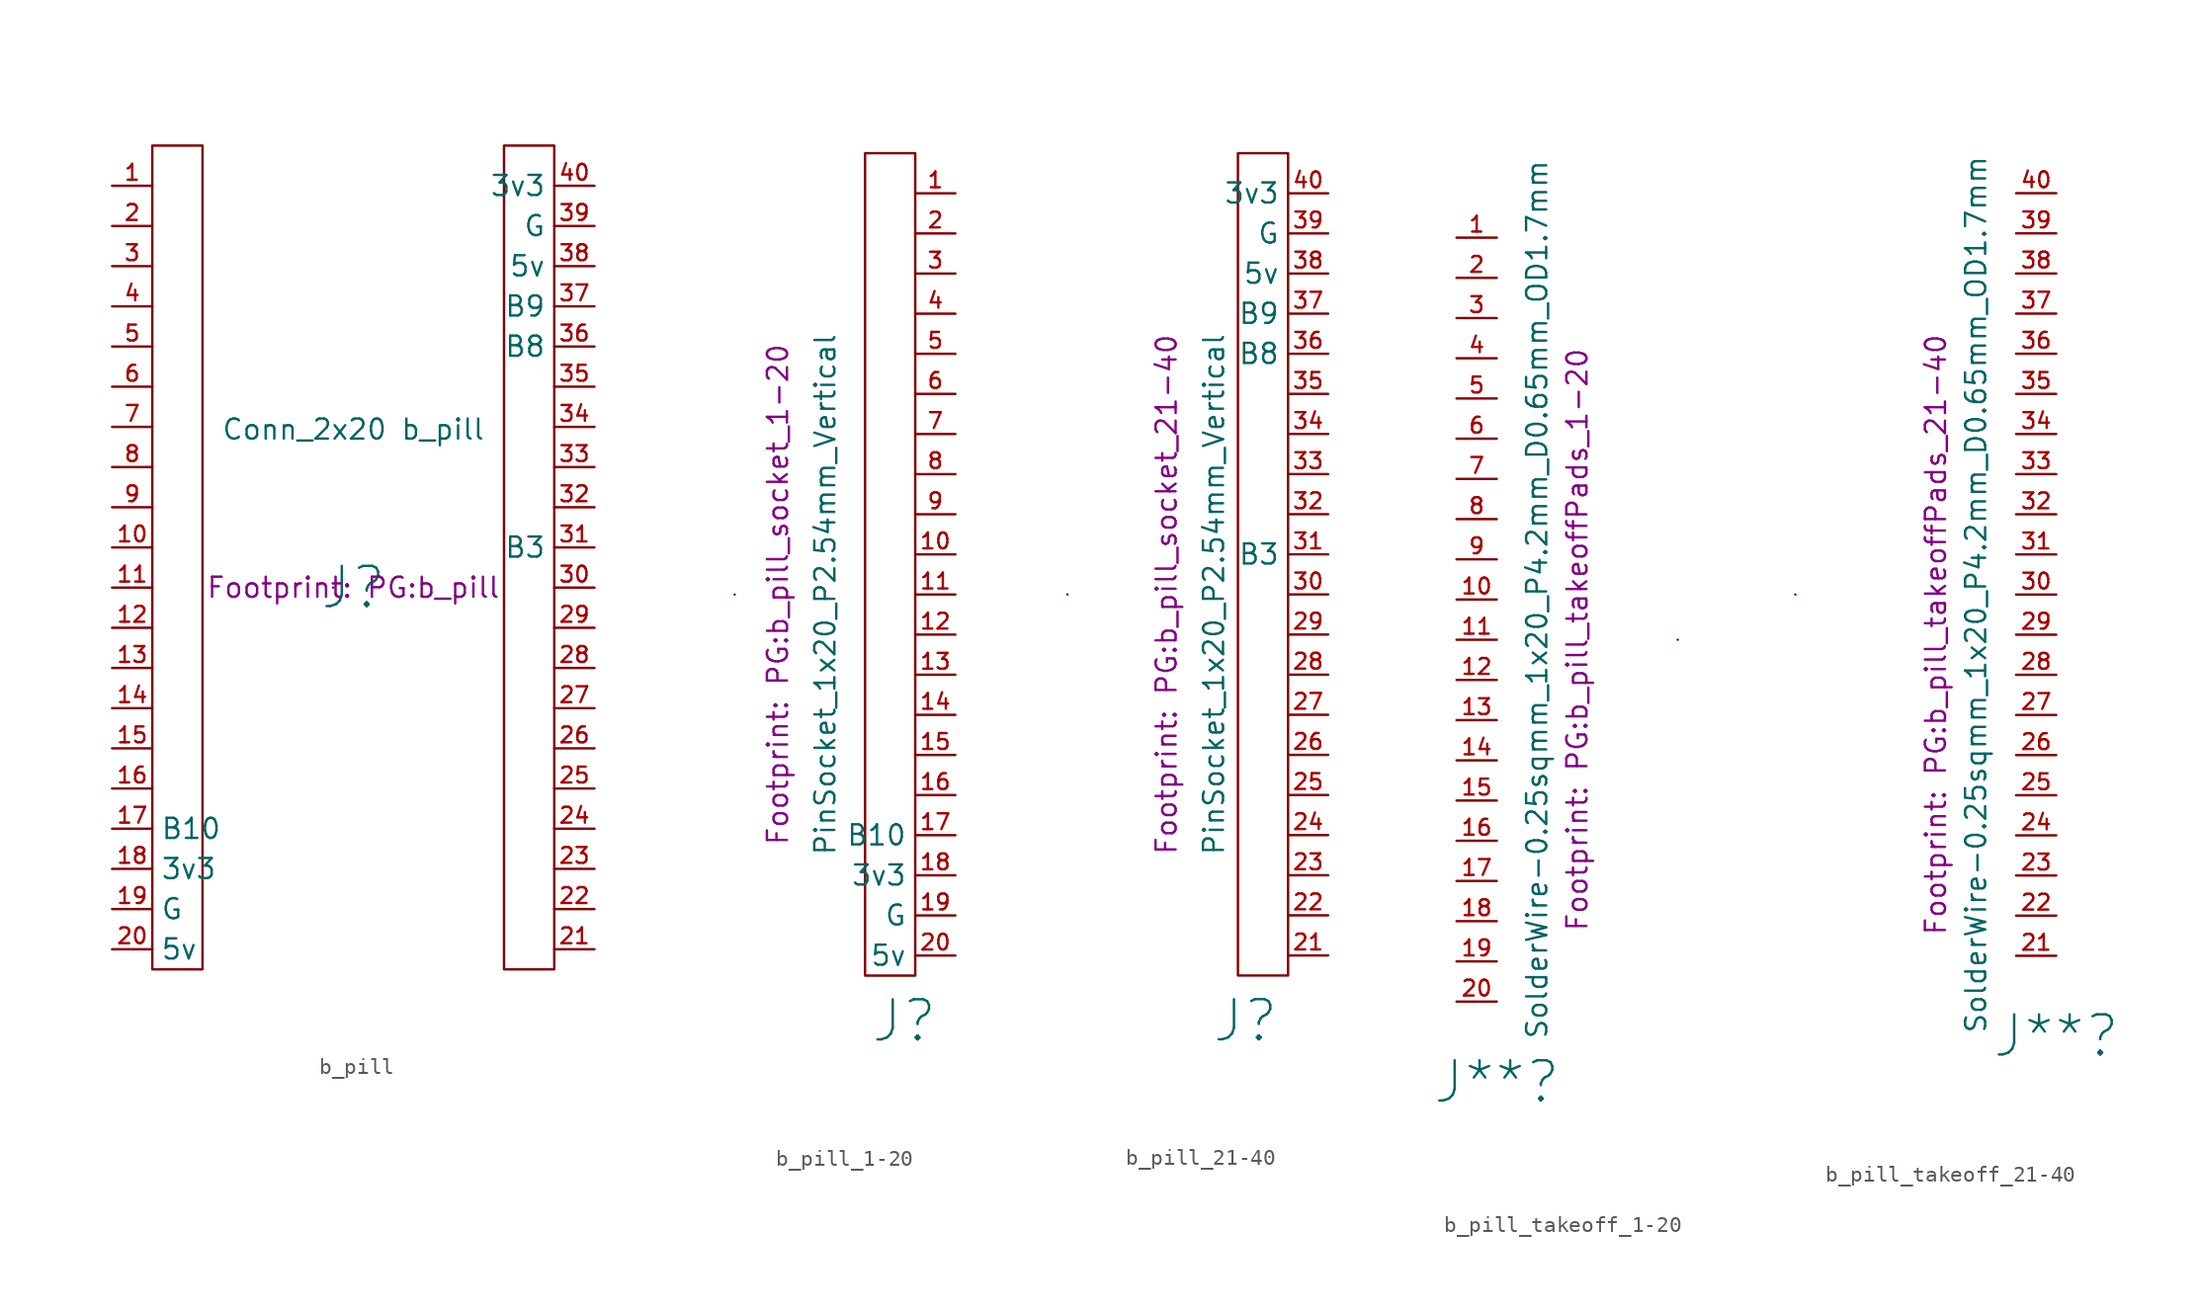
<source format=kicad_sym>
(kicad_symbol_lib
  (version 20220914)
  (generator kicad_symbol_editor)
  (symbol "b_pill"
    (property "Reference" "J"
      (at 0 0 0)
      (effects (font (size 2.54 2.54))))
    (property "Value" "Conn_2x20 b_pill"
      (at 0 10 0)
      (effects (font (size 1.27 1.27))))
    (property "Footprint" "PG:b_pill"
      (at 0 0 0)
      (show_name)
      (effects (font (size 1.27 1.27))))
    (symbol "b_pill_0_1"
      (rectangle (start -12.7 27.94) (end -9.525 -24.13) (stroke (width 0) (type default)) (fill (type none)))
      (rectangle (start -1.27 0) (end -1.27 0) (stroke (width 0) (type default)) (fill (type none)))
      (rectangle (start 9.525 27.94) (end 12.7 -24.13) (stroke (width 0) (type default)) (fill (type none))))
    (symbol "b_pill_1_1"
      (pin free line (at -15.24 25.4 0) (length 2.54) (name "" (effects (font (size 1.27 1.27)))) (number "1" (effects (font (size 1 1)))))
      (pin free line (at -15.24 2.54 0) (length 2.54) (name "" (effects (font (size 1.27 1.27)))) (number "10" (effects (font (size 1 1)))))
      (pin free line (at -15.24 0 0) (length 2.54) (name "" (effects (font (size 1.27 1.27)))) (number "11" (effects (font (size 1 1)))))
      (pin free line (at -15.24 -2.54 0) (length 2.54) (name "" (effects (font (size 1.27 1.27)))) (number "12" (effects (font (size 1 1)))))
      (pin free line (at -15.24 -5.08 0) (length 2.54) (name "" (effects (font (size 1.27 1.27)))) (number "13" (effects (font (size 1 1)))))
      (pin free line (at -15.24 -7.62 0) (length 2.54) (name "" (effects (font (size 1.27 1.27)))) (number "14" (effects (font (size 1 1)))))
      (pin free line (at -15.24 -10.16 0) (length 2.54) (name "" (effects (font (size 1.27 1.27)))) (number "15" (effects (font (size 1 1)))))
      (pin free line (at -15.24 -12.7 0) (length 2.54) (name "" (effects (font (size 1.27 1.27)))) (number "16" (effects (font (size 1 1)))))
      (pin free line (at -15.24 -15.24 0) (length 2.54) (name "B10" (effects (font (size 1.27 1.27)))) (number "17" (effects (font (size 1 1)))) (alternate "SCL" output line))
      (pin free line (at -15.24 -17.78 0) (length 2.54) (name "3v3" (effects (font (size 1.27 1.27)))) (number "18" (effects (font (size 1 1)))))
      (pin free line (at -15.24 -20.32 0) (length 2.54) (name "G" (effects (font (size 1.27 1.27)))) (number "19" (effects (font (size 1 1)))))
      (pin free line (at -15.24 22.86 0) (length 2.54) (name "" (effects (font (size 1.27 1.27)))) (number "2" (effects (font (size 1 1)))))
      (pin free line (at -15.24 -22.86 0) (length 2.54) (name "5v" (effects (font (size 1.27 1.27)))) (number "20" (effects (font (size 1 1)))))
      (pin free line (at 15.24 -22.86 180) (length 2.54) (name "" (effects (font (size 1.27 1.27)))) (number "21" (effects (font (size 1 1)))))
      (pin free line (at 15.24 -20.32 180) (length 2.54) (name "" (effects (font (size 1.27 1.27)))) (number "22" (effects (font (size 1 1)))))
      (pin free line (at 15.24 -17.78 180) (length 2.54) (name "" (effects (font (size 1.27 1.27)))) (number "23" (effects (font (size 1 1)))))
      (pin free line (at 15.24 -15.24 180) (length 2.54) (name "" (effects (font (size 1.27 1.27)))) (number "24" (effects (font (size 1 1)))))
      (pin free line (at 15.24 -12.7 180) (length 2.54) (name "" (effects (font (size 1.27 1.27)))) (number "25" (effects (font (size 1 1)))))
      (pin free line (at 15.24 -10.16 180) (length 2.54) (name "" (effects (font (size 1.27 1.27)))) (number "26" (effects (font (size 1 1)))))
      (pin free line (at 15.24 -7.62 180) (length 2.54) (name "" (effects (font (size 1.27 1.27)))) (number "27" (effects (font (size 1 1)))))
      (pin free line (at 15.24 -5.08 180) (length 2.54) (name "" (effects (font (size 1.27 1.27)))) (number "28" (effects (font (size 1 1)))))
      (pin free line (at 15.24 -2.54 180) (length 2.54) (name "" (effects (font (size 1.27 1.27)))) (number "29" (effects (font (size 1 1)))))
      (pin free line (at -15.24 20.32 0) (length 2.54) (name "" (effects (font (size 1.27 1.27)))) (number "3" (effects (font (size 1 1)))))
      (pin free line (at 15.24 0 180) (length 2.54) (name "" (effects (font (size 1.27 1.27)))) (number "30" (effects (font (size 1 1)))))
      (pin free line (at 15.24 2.54 180) (length 2.54) (name "B3" (effects (font (size 1.27 1.27)))) (number "31" (effects (font (size 1 1)))) (alternate "SDA" bidirectional line))
      (pin free line (at 15.24 5.08 180) (length 2.54) (name "" (effects (font (size 1.27 1.27)))) (number "32" (effects (font (size 1 1)))))
      (pin free line (at 15.24 7.62 180) (length 2.54) (name "" (effects (font (size 1.27 1.27)))) (number "33" (effects (font (size 1 1)))))
      (pin free line (at 15.24 10.16 180) (length 2.54) (name "" (effects (font (size 1.27 1.27)))) (number "34" (effects (font (size 1 1)))))
      (pin free line (at 15.24 12.7 180) (length 2.54) (name "" (effects (font (size 1.27 1.27)))) (number "35" (effects (font (size 1 1)))))
      (pin passive line (at 15.24 15.24 180) (length 2.54) (name "B8" (effects (font (size 1.27 1.27)))) (number "36" (effects (font (size 1 1)))) (alternate "SCL" output line))
      (pin passive line (at 15.24 17.78 180) (length 2.54) (name "B9" (effects (font (size 1.27 1.27)))) (number "37" (effects (font (size 1 1)))) (alternate "SDA" bidirectional line))
      (pin free line (at 15.24 20.32 180) (length 2.54) (name "5v" (effects (font (size 1.27 1.27)))) (number "38" (effects (font (size 1 1)))))
      (pin power_in line (at 15.24 22.86 180) (length 2.54) (name "G" (effects (font (size 1.27 1.27)))) (number "39" (effects (font (size 1 1)))))
      (pin free line (at -15.24 17.78 0) (length 2.54) (name "" (effects (font (size 1.27 1.27)))) (number "4" (effects (font (size 1 1)))))
      (pin power_in line (at 15.24 25.4 180) (length 2.54) (name "3v3" (effects (font (size 1.27 1.27)))) (number "40" (effects (font (size 1 1)))))
      (pin free line (at -15.24 15.24 0) (length 2.54) (name "" (effects (font (size 1.27 1.27)))) (number "5" (effects (font (size 1 1)))))
      (pin free line (at -15.24 12.7 0) (length 2.54) (name "" (effects (font (size 1.27 1.27)))) (number "6" (effects (font (size 1 1)))))
      (pin free line (at -15.24 10.16 0) (length 2.54) (name "" (effects (font (size 1.27 1.27)))) (number "7" (effects (font (size 1 1)))))
      (pin free line (at -15.24 7.62 0) (length 2.54) (name "" (effects (font (size 1.27 1.27)))) (number "8" (effects (font (size 1 1)))))
      (pin free line (at -15.24 5.08 0) (length 2.54) (name "" (effects (font (size 1.27 1.27)))) (number "9" (effects (font (size 1 1)))))))
  (symbol "b_pill_1-20"
    (property "Reference" "J"
      (at -3.24 -27 0)
      (effects (font (size 2.54 2.54))))
    (property "Value" "PinSocket_1x20_P2.54mm_Vertical"
      (at -8.24 0 90)
      (effects (font (size 1.27 1.27))))
    (property "Footprint" "PG:b_pill_socket_1-20"
      (at -11.24 0 90)
      (show_name)
      (effects (font (size 1.27 1.27))))
    (symbol "b_pill_1-20_0_1"
      (rectangle (start -13.97 0) (end -13.97 0) (stroke (width 0) (type default)) (fill (type none)))
      (rectangle (start -5.715 -24.13) (end -2.54 27.94) (stroke (width 0) (type default)) (fill (type none))))
    (symbol "b_pill_1-20_1_1"
      (pin free line (at 0 25.4 180) (length 2.54) (name "" (effects (font (size 1.27 1.27)))) (number "1" (effects (font (size 1 1)))))
      (pin free line (at 0 2.54 180) (length 2.54) (name "" (effects (font (size 1.27 1.27)))) (number "10" (effects (font (size 1 1)))))
      (pin free line (at 0 0 180) (length 2.54) (name "" (effects (font (size 1.27 1.27)))) (number "11" (effects (font (size 1 1)))))
      (pin free line (at 0 -2.54 180) (length 2.54) (name "" (effects (font (size 1.27 1.27)))) (number "12" (effects (font (size 1 1)))))
      (pin free line (at 0 -5.08 180) (length 2.54) (name "" (effects (font (size 1.27 1.27)))) (number "13" (effects (font (size 1 1)))))
      (pin free line (at 0 -7.62 180) (length 2.54) (name "" (effects (font (size 1.27 1.27)))) (number "14" (effects (font (size 1 1)))))
      (pin free line (at 0 -10.16 180) (length 2.54) (name "" (effects (font (size 1.27 1.27)))) (number "15" (effects (font (size 1 1)))))
      (pin free line (at 0 -12.7 180) (length 2.54) (name "" (effects (font (size 1.27 1.27)))) (number "16" (effects (font (size 1 1)))))
      (pin free line (at 0 -15.24 180) (length 2.54) (name "B10" (effects (font (size 1.27 1.27)))) (number "17" (effects (font (size 1 1)))) (alternate "SCL" output line))
      (pin free line (at 0 -17.78 180) (length 2.54) (name "3v3" (effects (font (size 1.27 1.27)))) (number "18" (effects (font (size 1 1)))))
      (pin free line (at 0 -20.32 180) (length 2.54) (name "G" (effects (font (size 1.27 1.27)))) (number "19" (effects (font (size 1 1)))))
      (pin free line (at 0 22.86 180) (length 2.54) (name "" (effects (font (size 1.27 1.27)))) (number "2" (effects (font (size 1 1)))))
      (pin free line (at 0 -22.86 180) (length 2.54) (name "5v" (effects (font (size 1.27 1.27)))) (number "20" (effects (font (size 1 1)))))
      (pin free line (at 0 20.32 180) (length 2.54) (name "" (effects (font (size 1.27 1.27)))) (number "3" (effects (font (size 1 1)))))
      (pin free line (at 0 17.78 180) (length 2.54) (name "" (effects (font (size 1.27 1.27)))) (number "4" (effects (font (size 1 1)))))
      (pin free line (at 0 15.24 180) (length 2.54) (name "" (effects (font (size 1.27 1.27)))) (number "5" (effects (font (size 1 1)))))
      (pin free line (at 0 12.7 180) (length 2.54) (name "" (effects (font (size 1.27 1.27)))) (number "6" (effects (font (size 1 1)))))
      (pin free line (at 0 10.16 180) (length 2.54) (name "" (effects (font (size 1.27 1.27)))) (number "7" (effects (font (size 1 1)))))
      (pin free line (at 0 7.62 180) (length 2.54) (name "" (effects (font (size 1.27 1.27)))) (number "8" (effects (font (size 1 1)))))
      (pin free line (at 0 5.08 180) (length 2.54) (name "" (effects (font (size 1.27 1.27)))) (number "9" (effects (font (size 1 1)))))))
  (symbol "b_pill_21-40"
    (property "Reference" "J"
      (at 10 -27 0)
      (effects (font (size 2.54 2.54))))
    (property "Value" "PinSocket_1x20_P2.54mm_Vertical"
      (at 8 0 90)
      (effects (font (size 1.27 1.27))))
    (property "Footprint" "PG:b_pill_socket_21-40"
      (at 5 0 90)
      (show_name)
      (effects (font (size 1.27 1.27))))
    (symbol "b_pill_21-40_0_1"
      (rectangle (start -1.27 0) (end -1.27 0) (stroke (width 0) (type default)) (fill (type none)))
      (rectangle (start 9.525 27.94) (end 12.7 -24.13) (stroke (width 0) (type default)) (fill (type none))))
    (symbol "b_pill_21-40_1_1"
      (pin free line (at 15.24 -22.86 180) (length 2.54) (name "" (effects (font (size 1.27 1.27)))) (number "21" (effects (font (size 1 1)))))
      (pin free line (at 15.24 -20.32 180) (length 2.54) (name "" (effects (font (size 1.27 1.27)))) (number "22" (effects (font (size 1 1)))))
      (pin free line (at 15.24 -17.78 180) (length 2.54) (name "" (effects (font (size 1.27 1.27)))) (number "23" (effects (font (size 1 1)))))
      (pin free line (at 15.24 -15.24 180) (length 2.54) (name "" (effects (font (size 1.27 1.27)))) (number "24" (effects (font (size 1 1)))))
      (pin free line (at 15.24 -12.7 180) (length 2.54) (name "" (effects (font (size 1.27 1.27)))) (number "25" (effects (font (size 1 1)))))
      (pin free line (at 15.24 -10.16 180) (length 2.54) (name "" (effects (font (size 1.27 1.27)))) (number "26" (effects (font (size 1 1)))))
      (pin free line (at 15.24 -7.62 180) (length 2.54) (name "" (effects (font (size 1.27 1.27)))) (number "27" (effects (font (size 1 1)))))
      (pin free line (at 15.24 -5.08 180) (length 2.54) (name "" (effects (font (size 1.27 1.27)))) (number "28" (effects (font (size 1 1)))))
      (pin free line (at 15.24 -2.54 180) (length 2.54) (name "" (effects (font (size 1.27 1.27)))) (number "29" (effects (font (size 1 1)))))
      (pin free line (at 15.24 0 180) (length 2.54) (name "" (effects (font (size 1.27 1.27)))) (number "30" (effects (font (size 1 1)))))
      (pin free line (at 15.24 2.54 180) (length 2.54) (name "B3" (effects (font (size 1.27 1.27)))) (number "31" (effects (font (size 1 1)))) (alternate "SDA" bidirectional line))
      (pin free line (at 15.24 5.08 180) (length 2.54) (name "" (effects (font (size 1.27 1.27)))) (number "32" (effects (font (size 1 1)))))
      (pin free line (at 15.24 7.62 180) (length 2.54) (name "" (effects (font (size 1.27 1.27)))) (number "33" (effects (font (size 1 1)))))
      (pin free line (at 15.24 10.16 180) (length 2.54) (name "" (effects (font (size 1.27 1.27)))) (number "34" (effects (font (size 1 1)))))
      (pin free line (at 15.24 12.7 180) (length 2.54) (name "" (effects (font (size 1.27 1.27)))) (number "35" (effects (font (size 1 1)))))
      (pin passive line (at 15.24 15.24 180) (length 2.54) (name "B8" (effects (font (size 1.27 1.27)))) (number "36" (effects (font (size 1 1)))) (alternate "SCL" output line))
      (pin passive line (at 15.24 17.78 180) (length 2.54) (name "B9" (effects (font (size 1.27 1.27)))) (number "37" (effects (font (size 1 1)))) (alternate "SDA" bidirectional line))
      (pin free line (at 15.24 20.32 180) (length 2.54) (name "5v" (effects (font (size 1.27 1.27)))) (number "38" (effects (font (size 1 1)))))
      (pin power_in line (at 15.24 22.86 180) (length 2.54) (name "G" (effects (font (size 1.27 1.27)))) (number "39" (effects (font (size 1 1)))))
      (pin power_in line (at 15.24 25.4 180) (length 2.54) (name "3v3" (effects (font (size 1.27 1.27)))) (number "40" (effects (font (size 1 1)))))))
  (symbol "b_pill_takeoff_1-20"
    (property "Reference" "J**"
      (at 0 -27.94 0)
      (effects (font (size 2.54 2.54))))
    (property "Value" "SolderWire-0.25sqmm_1x20_P4.2mm_D0.65mm_OD1.7mm"
      (at 2.54 2.54 90)
      (effects (font (size 1.27 1.27))))
    (property "Footprint" "PG:b_pill_takeoffPads_1-20"
      (at 5.08 0 90)
      (show_name)
      (effects (font (size 1.27 1.27))))
    (symbol "b_pill_takeoff_1-20_0_1"
      (rectangle (start 11.43 0) (end 11.43 0) (stroke (width 0) (type default)) (fill (type none))))
    (symbol "b_pill_takeoff_1-20_1_1"
      (pin free line (at -2.54 25.4 0) (length 2.54) (name "" (effects (font (size 1.27 1.27)))) (number "1" (effects (font (size 1 1)))))
      (pin free line (at -2.54 2.54 0) (length 2.54) (name "" (effects (font (size 1.27 1.27)))) (number "10" (effects (font (size 1 1)))))
      (pin free line (at -2.54 0 0) (length 2.54) (name "" (effects (font (size 1.27 1.27)))) (number "11" (effects (font (size 1 1)))))
      (pin free line (at -2.54 -2.54 0) (length 2.54) (name "" (effects (font (size 1.27 1.27)))) (number "12" (effects (font (size 1 1)))))
      (pin free line (at -2.54 -5.08 0) (length 2.54) (name "" (effects (font (size 1.27 1.27)))) (number "13" (effects (font (size 1 1)))))
      (pin free line (at -2.54 -7.62 0) (length 2.54) (name "" (effects (font (size 1.27 1.27)))) (number "14" (effects (font (size 1 1)))))
      (pin free line (at -2.54 -10.16 0) (length 2.54) (name "" (effects (font (size 1.27 1.27)))) (number "15" (effects (font (size 1 1)))))
      (pin free line (at -2.54 -12.7 0) (length 2.54) (name "" (effects (font (size 1.27 1.27)))) (number "16" (effects (font (size 1 1)))))
      (pin free line (at -2.54 -15.24 0) (length 2.54) (name "" (effects (font (size 1.27 1.27)))) (number "17" (effects (font (size 1 1)))) (alternate "SCL" output line))
      (pin free line (at -2.54 -17.78 0) (length 2.54) (name "" (effects (font (size 1.27 1.27)))) (number "18" (effects (font (size 1 1)))))
      (pin free line (at -2.54 -20.32 0) (length 2.54) (name "" (effects (font (size 1.27 1.27)))) (number "19" (effects (font (size 1 1)))))
      (pin free line (at -2.54 22.86 0) (length 2.54) (name "" (effects (font (size 1.27 1.27)))) (number "2" (effects (font (size 1 1)))))
      (pin free line (at -2.54 -22.86 0) (length 2.54) (name "" (effects (font (size 1.27 1.27)))) (number "20" (effects (font (size 1 1)))))
      (pin free line (at -2.54 20.32 0) (length 2.54) (name "" (effects (font (size 1.27 1.27)))) (number "3" (effects (font (size 1 1)))))
      (pin free line (at -2.54 17.78 0) (length 2.54) (name "" (effects (font (size 1.27 1.27)))) (number "4" (effects (font (size 1 1)))))
      (pin free line (at -2.54 15.24 0) (length 2.54) (name "" (effects (font (size 1.27 1.27)))) (number "5" (effects (font (size 1 1)))))
      (pin free line (at -2.54 12.7 0) (length 2.54) (name "" (effects (font (size 1.27 1.27)))) (number "6" (effects (font (size 1 1)))))
      (pin free line (at -2.54 10.16 0) (length 2.54) (name "" (effects (font (size 1.27 1.27)))) (number "7" (effects (font (size 1 1)))))
      (pin free line (at -2.54 7.62 0) (length 2.54) (name "" (effects (font (size 1.27 1.27)))) (number "8" (effects (font (size 1 1)))))
      (pin free line (at -2.54 5.08 0) (length 2.54) (name "" (effects (font (size 1.27 1.27)))) (number "9" (effects (font (size 1 1)))))))
  (symbol "b_pill_takeoff_21-40"
    (property "Reference" "J**"
      (at 15.24 -27.94 0)
      (effects (font (size 2.54 2.54))))
    (property "Value" "SolderWire-0.25sqmm_1x20_P4.2mm_D0.65mm_OD1.7mm"
      (at 10.16 0 90)
      (effects (font (size 1.27 1.27))))
    (property "Footprint" "PG:b_pill_takeoffPads_21-40"
      (at 7.62 -2.54 90)
      (show_name)
      (effects (font (size 1.27 1.27))))
    (symbol "b_pill_takeoff_21-40_0_1"
      (rectangle (start -1.27 0) (end -1.27 0) (stroke (width 0) (type default)) (fill (type none))))
    (symbol "b_pill_takeoff_21-40_1_1"
      (pin free line (at 15.24 -22.86 180) (length 2.54) (name "" (effects (font (size 1.27 1.27)))) (number "21" (effects (font (size 1 1)))))
      (pin free line (at 15.24 -20.32 180) (length 2.54) (name "" (effects (font (size 1.27 1.27)))) (number "22" (effects (font (size 1 1)))))
      (pin free line (at 15.24 -17.78 180) (length 2.54) (name "" (effects (font (size 1.27 1.27)))) (number "23" (effects (font (size 1 1)))))
      (pin free line (at 15.24 -15.24 180) (length 2.54) (name "" (effects (font (size 1.27 1.27)))) (number "24" (effects (font (size 1 1)))))
      (pin free line (at 15.24 -12.7 180) (length 2.54) (name "" (effects (font (size 1.27 1.27)))) (number "25" (effects (font (size 1 1)))))
      (pin free line (at 15.24 -10.16 180) (length 2.54) (name "" (effects (font (size 1.27 1.27)))) (number "26" (effects (font (size 1 1)))))
      (pin free line (at 15.24 -7.62 180) (length 2.54) (name "" (effects (font (size 1.27 1.27)))) (number "27" (effects (font (size 1 1)))))
      (pin free line (at 15.24 -5.08 180) (length 2.54) (name "" (effects (font (size 1.27 1.27)))) (number "28" (effects (font (size 1 1)))))
      (pin free line (at 15.24 -2.54 180) (length 2.54) (name "" (effects (font (size 1.27 1.27)))) (number "29" (effects (font (size 1 1)))))
      (pin free line (at 15.24 0 180) (length 2.54) (name "" (effects (font (size 1.27 1.27)))) (number "30" (effects (font (size 1 1)))))
      (pin free line (at 15.24 2.54 180) (length 2.54) (name "" (effects (font (size 1.27 1.27)))) (number "31" (effects (font (size 1 1)))) (alternate "SDA" bidirectional line))
      (pin free line (at 15.24 5.08 180) (length 2.54) (name "" (effects (font (size 1.27 1.27)))) (number "32" (effects (font (size 1 1)))))
      (pin free line (at 15.24 7.62 180) (length 2.54) (name "" (effects (font (size 1.27 1.27)))) (number "33" (effects (font (size 1 1)))))
      (pin free line (at 15.24 10.16 180) (length 2.54) (name "" (effects (font (size 1.27 1.27)))) (number "34" (effects (font (size 1 1)))))
      (pin free line (at 15.24 12.7 180) (length 2.54) (name "" (effects (font (size 1.27 1.27)))) (number "35" (effects (font (size 1 1)))))
      (pin passive line (at 15.24 15.24 180) (length 2.54) (name "" (effects (font (size 1.27 1.27)))) (number "36" (effects (font (size 1 1)))) (alternate "SCL" output line))
      (pin passive line (at 15.24 17.78 180) (length 2.54) (name "" (effects (font (size 1.27 1.27)))) (number "37" (effects (font (size 1 1)))) (alternate "SDA" bidirectional line))
      (pin free line (at 15.24 20.32 180) (length 2.54) (name "" (effects (font (size 1.27 1.27)))) (number "38" (effects (font (size 1 1)))))
      (pin power_in line (at 15.24 22.86 180) (length 2.54) (name "" (effects (font (size 1.27 1.27)))) (number "39" (effects (font (size 1 1)))))
      (pin power_in line (at 15.24 25.4 180) (length 2.54) (name "" (effects (font (size 1.27 1.27)))) (number "40" (effects (font (size 1 1))))))))
</source>
